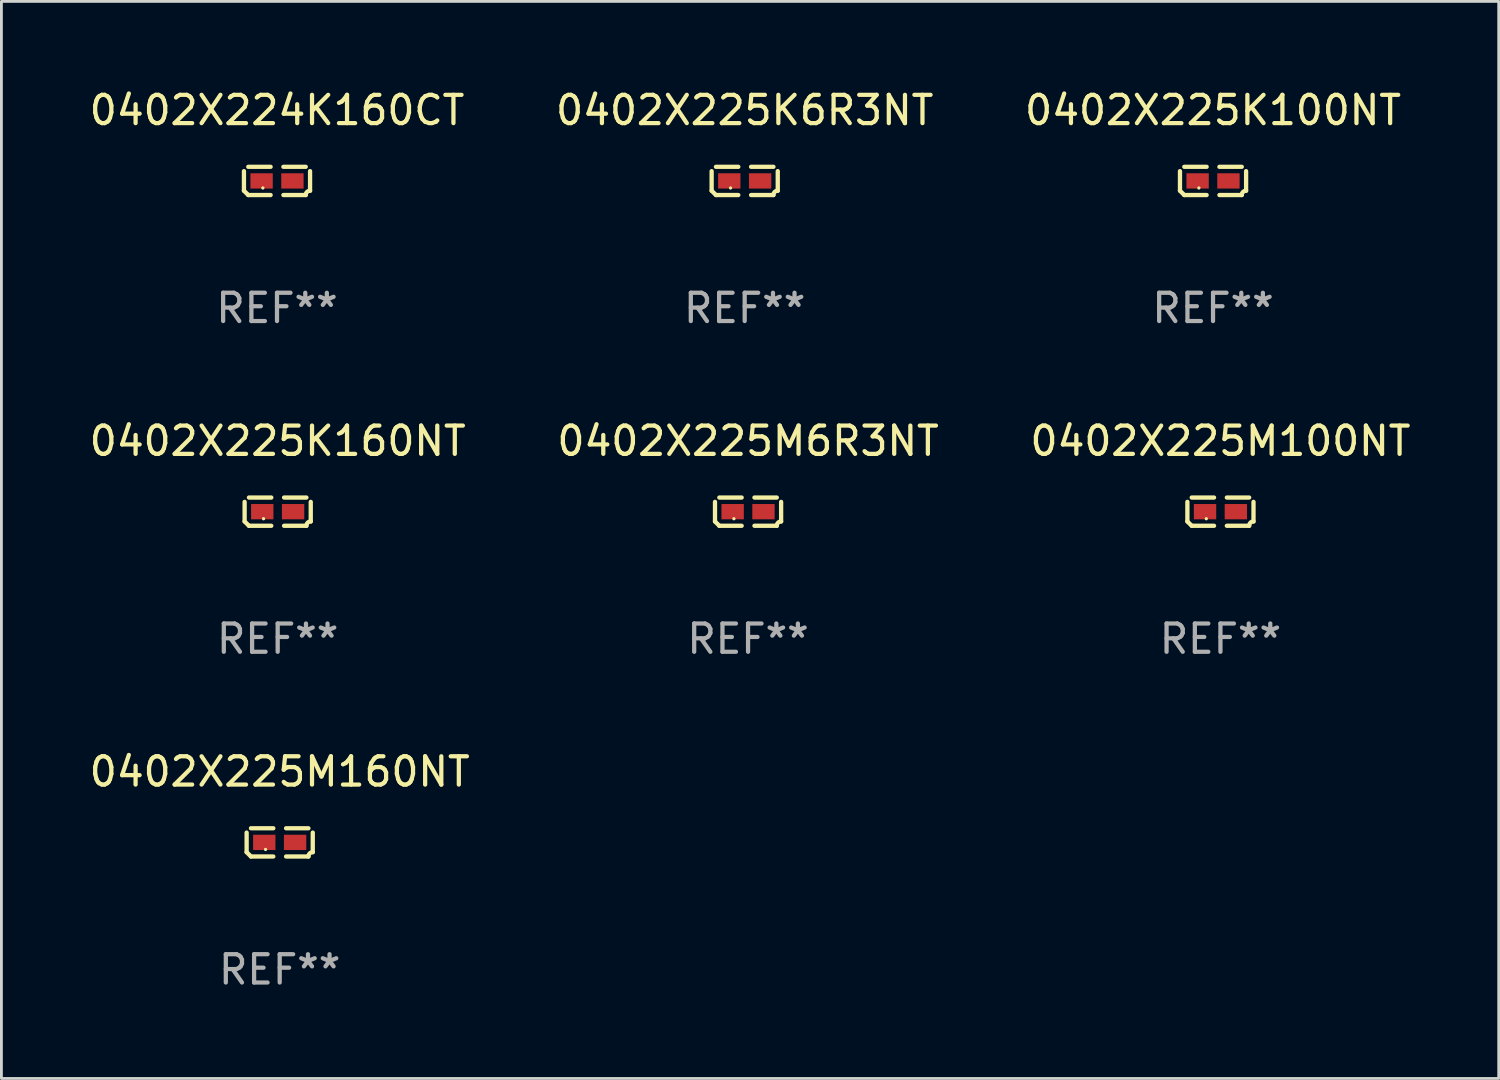
<source format=kicad_pcb>
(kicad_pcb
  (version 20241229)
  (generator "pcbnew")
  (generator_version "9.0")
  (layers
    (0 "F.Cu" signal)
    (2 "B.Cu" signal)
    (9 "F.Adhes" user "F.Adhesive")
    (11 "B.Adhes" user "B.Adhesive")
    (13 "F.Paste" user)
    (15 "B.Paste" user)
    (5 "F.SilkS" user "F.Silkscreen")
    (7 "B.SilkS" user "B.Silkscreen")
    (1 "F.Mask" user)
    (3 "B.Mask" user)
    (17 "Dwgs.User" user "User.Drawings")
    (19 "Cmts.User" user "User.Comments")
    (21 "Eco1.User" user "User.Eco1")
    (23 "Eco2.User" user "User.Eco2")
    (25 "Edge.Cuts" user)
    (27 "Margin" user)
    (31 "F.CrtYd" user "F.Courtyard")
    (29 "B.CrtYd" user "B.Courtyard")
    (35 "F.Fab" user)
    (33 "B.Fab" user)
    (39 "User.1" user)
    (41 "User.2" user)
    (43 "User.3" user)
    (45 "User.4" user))
  (footprint "0402X225M160NT"
    (layer "F.Cu")
    (at 6.839 26.734)
    (property "Reference" "0402X225M160NT" (at 0 -2.499 0) (layer "F.SilkS") (effects (font (size 1 1) (thickness 0.15))))
    (attr through_hole)
    (fp_line (start -1.169 0.346) (end -1.169 -0.346) (stroke (width 0.152) (type solid)) (layer "F.SilkS"))
    (fp_line (start -1.016 -0.499) (end -0.226 -0.499) (stroke (width 0.152) (type solid)) (layer "F.SilkS"))
    (fp_line (start -0.226 0.499) (end -1.016 0.499) (stroke (width 0.152) (type solid)) (layer "F.SilkS"))
    (fp_line (start 0.226 0.499) (end 1.016 0.499) (stroke (width 0.152) (type solid)) (layer "F.SilkS"))
    (fp_line (start 1.016 -0.499) (end 0.226 -0.499) (stroke (width 0.152) (type solid)) (layer "F.SilkS"))
    (fp_line (start 1.169 0.346) (end 1.169 -0.346) (stroke (width 0.152) (type solid)) (layer "F.SilkS"))
    (fp_arc (start -1.016307 0.498603) (mid -1.092512 0.422405) (end -1.16871 0.3462) (stroke (width 0.1524) (type solid)) (layer "F.SilkS"))
    (fp_arc (start 1.016307 0.498603) (mid 1.060899 0.390758) (end 1.168707 0.346076) (stroke (width 0.1524) (type solid)) (layer "F.SilkS"))
    (fp_circle (center -0.5 0.25) (end -0.47 0.25) (stroke (width 0.06) (type solid)) (fill no) (layer "F.SilkS"))
    (fp_text user "REF**" (at 0 4.499 0) (layer "F.Fab") (effects (font (size 1 1) (thickness 0.15))))
    (pad "1" smd rect (at -0.545 0) (size 0.79 0.54) (layers "F.Cu" "F.Mask" "F.Paste"))
    (pad "2" smd rect (at 0.545 0) (size 0.79 0.54) (layers "F.Cu" "F.Mask" "F.Paste")))
  (footprint "0402X224K160CT"
    (layer "F.Cu")
    (at 6.744 3.347)
    (property "Reference" "0402X224K160CT" (at 0 -2.499 0) (layer "F.SilkS") (effects (font (size 1 1) (thickness 0.15))))
    (attr through_hole)
    (fp_line (start -1.169 0.346) (end -1.169 -0.346) (stroke (width 0.152) (type solid)) (layer "F.SilkS"))
    (fp_line (start -1.016 -0.499) (end -0.226 -0.499) (stroke (width 0.152) (type solid)) (layer "F.SilkS"))
    (fp_line (start -0.226 0.499) (end -1.016 0.499) (stroke (width 0.152) (type solid)) (layer "F.SilkS"))
    (fp_line (start 0.226 0.499) (end 1.016 0.499) (stroke (width 0.152) (type solid)) (layer "F.SilkS"))
    (fp_line (start 1.016 -0.499) (end 0.226 -0.499) (stroke (width 0.152) (type solid)) (layer "F.SilkS"))
    (fp_line (start 1.169 0.346) (end 1.169 -0.346) (stroke (width 0.152) (type solid)) (layer "F.SilkS"))
    (fp_arc (start -1.016307 0.498603) (mid -1.092512 0.422405) (end -1.16871 0.3462) (stroke (width 0.1524) (type solid)) (layer "F.SilkS"))
    (fp_arc (start 1.016307 0.498603) (mid 1.060899 0.390758) (end 1.168707 0.346076) (stroke (width 0.1524) (type solid)) (layer "F.SilkS"))
    (fp_circle (center -0.5 0.25) (end -0.47 0.25) (stroke (width 0.06) (type solid)) (fill no) (layer "F.SilkS"))
    (fp_text user "REF**" (at 0 4.499 0) (layer "F.Fab") (effects (font (size 1 1) (thickness 0.15))))
    (pad "1" smd rect (at -0.545 0) (size 0.79 0.54) (layers "F.Cu" "F.Mask" "F.Paste"))
    (pad "2" smd rect (at 0.545 0) (size 0.79 0.54) (layers "F.Cu" "F.Mask" "F.Paste")))
  (footprint "0402X225K100NT"
    (layer "F.Cu")
    (at 39.839 3.347)
    (property "Reference" "0402X225K100NT" (at 0 -2.499 0) (layer "F.SilkS") (effects (font (size 1 1) (thickness 0.15))))
    (attr through_hole)
    (fp_line (start -1.169 0.346) (end -1.169 -0.346) (stroke (width 0.152) (type solid)) (layer "F.SilkS"))
    (fp_line (start -1.016 -0.499) (end -0.226 -0.499) (stroke (width 0.152) (type solid)) (layer "F.SilkS"))
    (fp_line (start -0.226 0.499) (end -1.016 0.499) (stroke (width 0.152) (type solid)) (layer "F.SilkS"))
    (fp_line (start 0.226 0.499) (end 1.016 0.499) (stroke (width 0.152) (type solid)) (layer "F.SilkS"))
    (fp_line (start 1.016 -0.499) (end 0.226 -0.499) (stroke (width 0.152) (type solid)) (layer "F.SilkS"))
    (fp_line (start 1.169 0.346) (end 1.169 -0.346) (stroke (width 0.152) (type solid)) (layer "F.SilkS"))
    (fp_arc (start -1.016307 0.498603) (mid -1.092512 0.422405) (end -1.16871 0.3462) (stroke (width 0.1524) (type solid)) (layer "F.SilkS"))
    (fp_arc (start 1.016307 0.498603) (mid 1.060899 0.390758) (end 1.168707 0.346076) (stroke (width 0.1524) (type solid)) (layer "F.SilkS"))
    (fp_circle (center -0.5 0.25) (end -0.47 0.25) (stroke (width 0.06) (type solid)) (fill no) (layer "F.SilkS"))
    (fp_text user "REF**" (at 0 4.499 0) (layer "F.Fab") (effects (font (size 1 1) (thickness 0.15))))
    (pad "1" smd rect (at -0.545 0) (size 0.79 0.54) (layers "F.Cu" "F.Mask" "F.Paste"))
    (pad "2" smd rect (at 0.545 0) (size 0.79 0.54) (layers "F.Cu" "F.Mask" "F.Paste")))
  (footprint "0402X225K6R3NT"
    (layer "F.Cu")
    (at 23.28 3.347)
    (property "Reference" "0402X225K6R3NT" (at 0 -2.499 0) (layer "F.SilkS") (effects (font (size 1 1) (thickness 0.15))))
    (attr through_hole)
    (fp_line (start -1.169 0.346) (end -1.169 -0.346) (stroke (width 0.152) (type solid)) (layer "F.SilkS"))
    (fp_line (start -1.016 -0.499) (end -0.226 -0.499) (stroke (width 0.152) (type solid)) (layer "F.SilkS"))
    (fp_line (start -0.226 0.499) (end -1.016 0.499) (stroke (width 0.152) (type solid)) (layer "F.SilkS"))
    (fp_line (start 0.226 0.499) (end 1.016 0.499) (stroke (width 0.152) (type solid)) (layer "F.SilkS"))
    (fp_line (start 1.016 -0.499) (end 0.226 -0.499) (stroke (width 0.152) (type solid)) (layer "F.SilkS"))
    (fp_line (start 1.169 0.346) (end 1.169 -0.346) (stroke (width 0.152) (type solid)) (layer "F.SilkS"))
    (fp_arc (start -1.016307 0.498603) (mid -1.092512 0.422405) (end -1.16871 0.3462) (stroke (width 0.1524) (type solid)) (layer "F.SilkS"))
    (fp_arc (start 1.016307 0.498603) (mid 1.060899 0.390758) (end 1.168707 0.346076) (stroke (width 0.1524) (type solid)) (layer "F.SilkS"))
    (fp_circle (center -0.5 0.25) (end -0.47 0.25) (stroke (width 0.06) (type solid)) (fill no) (layer "F.SilkS"))
    (fp_text user "REF**" (at 0 4.499 0) (layer "F.Fab") (effects (font (size 1 1) (thickness 0.15))))
    (pad "1" smd rect (at -0.545 0) (size 0.79 0.54) (layers "F.Cu" "F.Mask" "F.Paste"))
    (pad "2" smd rect (at 0.545 0) (size 0.79 0.54) (layers "F.Cu" "F.Mask" "F.Paste")))
  (footprint "0402X225K160NT"
    (layer "F.Cu")
    (at 6.768 15.041)
    (property "Reference" "0402X225K160NT" (at 0 -2.499 0) (layer "F.SilkS") (effects (font (size 1 1) (thickness 0.15))))
    (attr through_hole)
    (fp_line (start -1.169 0.346) (end -1.169 -0.346) (stroke (width 0.152) (type solid)) (layer "F.SilkS"))
    (fp_line (start -1.016 -0.499) (end -0.226 -0.499) (stroke (width 0.152) (type solid)) (layer "F.SilkS"))
    (fp_line (start -0.226 0.499) (end -1.016 0.499) (stroke (width 0.152) (type solid)) (layer "F.SilkS"))
    (fp_line (start 0.226 0.499) (end 1.016 0.499) (stroke (width 0.152) (type solid)) (layer "F.SilkS"))
    (fp_line (start 1.016 -0.499) (end 0.226 -0.499) (stroke (width 0.152) (type solid)) (layer "F.SilkS"))
    (fp_line (start 1.169 0.346) (end 1.169 -0.346) (stroke (width 0.152) (type solid)) (layer "F.SilkS"))
    (fp_arc (start -1.016307 0.498603) (mid -1.092512 0.422405) (end -1.16871 0.3462) (stroke (width 0.1524) (type solid)) (layer "F.SilkS"))
    (fp_arc (start 1.016307 0.498603) (mid 1.060899 0.390758) (end 1.168707 0.346076) (stroke (width 0.1524) (type solid)) (layer "F.SilkS"))
    (fp_circle (center -0.5 0.25) (end -0.47 0.25) (stroke (width 0.06) (type solid)) (fill no) (layer "F.SilkS"))
    (fp_text user "REF**" (at 0 4.499 0) (layer "F.Fab") (effects (font (size 1 1) (thickness 0.15))))
    (pad "1" smd rect (at -0.545 0) (size 0.79 0.54) (layers "F.Cu" "F.Mask" "F.Paste"))
    (pad "2" smd rect (at 0.545 0) (size 0.79 0.54) (layers "F.Cu" "F.Mask" "F.Paste")))
  (footprint "0402X225M100NT"
    (layer "F.Cu")
    (at 40.101 15.041)
    (property "Reference" "0402X225M100NT" (at 0 -2.499 0) (layer "F.SilkS") (effects (font (size 1 1) (thickness 0.15))))
    (attr through_hole)
    (fp_line (start -1.169 0.346) (end -1.169 -0.346) (stroke (width 0.152) (type solid)) (layer "F.SilkS"))
    (fp_line (start -1.016 -0.499) (end -0.226 -0.499) (stroke (width 0.152) (type solid)) (layer "F.SilkS"))
    (fp_line (start -0.226 0.499) (end -1.016 0.499) (stroke (width 0.152) (type solid)) (layer "F.SilkS"))
    (fp_line (start 0.226 0.499) (end 1.016 0.499) (stroke (width 0.152) (type solid)) (layer "F.SilkS"))
    (fp_line (start 1.016 -0.499) (end 0.226 -0.499) (stroke (width 0.152) (type solid)) (layer "F.SilkS"))
    (fp_line (start 1.169 0.346) (end 1.169 -0.346) (stroke (width 0.152) (type solid)) (layer "F.SilkS"))
    (fp_arc (start -1.016307 0.498603) (mid -1.092512 0.422405) (end -1.16871 0.3462) (stroke (width 0.1524) (type solid)) (layer "F.SilkS"))
    (fp_arc (start 1.016307 0.498603) (mid 1.060899 0.390758) (end 1.168707 0.346076) (stroke (width 0.1524) (type solid)) (layer "F.SilkS"))
    (fp_circle (center -0.5 0.25) (end -0.47 0.25) (stroke (width 0.06) (type solid)) (fill no) (layer "F.SilkS"))
    (fp_text user "REF**" (at 0 4.499 0) (layer "F.Fab") (effects (font (size 1 1) (thickness 0.15))))
    (pad "1" smd rect (at -0.545 0) (size 0.79 0.54) (layers "F.Cu" "F.Mask" "F.Paste"))
    (pad "2" smd rect (at 0.545 0) (size 0.79 0.54) (layers "F.Cu" "F.Mask" "F.Paste")))
  (footprint "0402X225M6R3NT"
    (layer "F.Cu")
    (at 23.399 15.041)
    (property "Reference" "0402X225M6R3NT" (at 0 -2.499 0) (layer "F.SilkS") (effects (font (size 1 1) (thickness 0.15))))
    (attr through_hole)
    (fp_line (start -1.169 0.346) (end -1.169 -0.346) (stroke (width 0.152) (type solid)) (layer "F.SilkS"))
    (fp_line (start -1.016 -0.499) (end -0.226 -0.499) (stroke (width 0.152) (type solid)) (layer "F.SilkS"))
    (fp_line (start -0.226 0.499) (end -1.016 0.499) (stroke (width 0.152) (type solid)) (layer "F.SilkS"))
    (fp_line (start 0.226 0.499) (end 1.016 0.499) (stroke (width 0.152) (type solid)) (layer "F.SilkS"))
    (fp_line (start 1.016 -0.499) (end 0.226 -0.499) (stroke (width 0.152) (type solid)) (layer "F.SilkS"))
    (fp_line (start 1.169 0.346) (end 1.169 -0.346) (stroke (width 0.152) (type solid)) (layer "F.SilkS"))
    (fp_arc (start -1.016307 0.498603) (mid -1.092512 0.422405) (end -1.16871 0.3462) (stroke (width 0.1524) (type solid)) (layer "F.SilkS"))
    (fp_arc (start 1.016307 0.498603) (mid 1.060899 0.390758) (end 1.168707 0.346076) (stroke (width 0.1524) (type solid)) (layer "F.SilkS"))
    (fp_circle (center -0.5 0.25) (end -0.47 0.25) (stroke (width 0.06) (type solid)) (fill no) (layer "F.SilkS"))
    (fp_text user "REF**" (at 0 4.499 0) (layer "F.Fab") (effects (font (size 1 1) (thickness 0.15))))
    (pad "1" smd rect (at -0.545 0) (size 0.79 0.54) (layers "F.Cu" "F.Mask" "F.Paste"))
    (pad "2" smd rect (at 0.545 0) (size 0.79 0.54) (layers "F.Cu" "F.Mask" "F.Paste")))
  (gr_rect
    (start -3 -3)
    (end 49.94 35.081)
    (stroke (width 0.1) (type default))
    (fill no)
    (layer "Edge.Cuts")))
</source>
